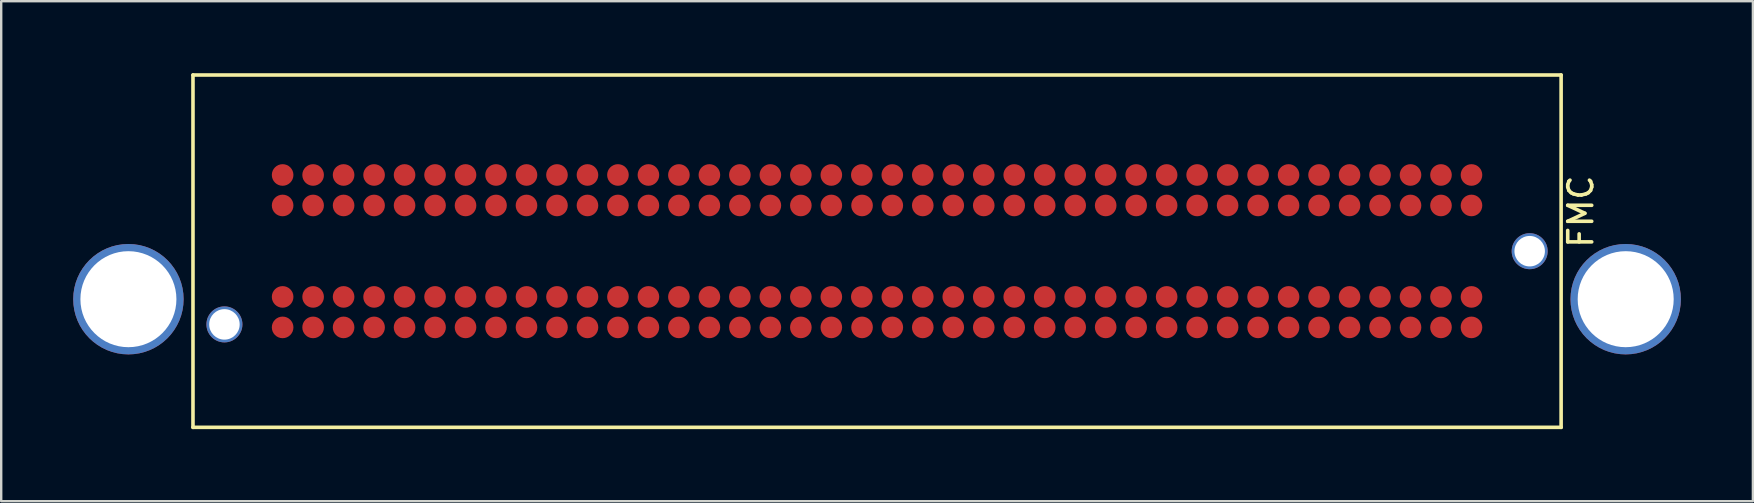
<source format=kicad_pcb>
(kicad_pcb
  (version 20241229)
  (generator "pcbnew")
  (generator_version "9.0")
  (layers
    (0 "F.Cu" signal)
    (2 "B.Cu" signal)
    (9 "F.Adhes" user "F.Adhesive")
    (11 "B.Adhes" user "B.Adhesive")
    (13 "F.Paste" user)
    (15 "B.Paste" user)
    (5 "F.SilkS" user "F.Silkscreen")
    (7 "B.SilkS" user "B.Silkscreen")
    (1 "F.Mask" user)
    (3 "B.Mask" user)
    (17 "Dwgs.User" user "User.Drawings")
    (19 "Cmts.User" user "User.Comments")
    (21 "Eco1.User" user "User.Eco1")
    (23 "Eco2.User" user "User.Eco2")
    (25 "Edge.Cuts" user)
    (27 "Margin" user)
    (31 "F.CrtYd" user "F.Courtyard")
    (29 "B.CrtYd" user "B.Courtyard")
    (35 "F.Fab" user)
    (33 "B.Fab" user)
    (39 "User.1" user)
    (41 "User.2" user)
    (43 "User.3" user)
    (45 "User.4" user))
  (footprint "FMC"
    (layer "F.Cu")
    (at 33.49 7.415)
    (property "Reference" "FMC" (at 29.32 -1.65 270) (layer "F.SilkS") (effects (font (size 1 1) (thickness 0.15))))
    (attr smd)
    (fp_line (start -28.5 -7.34) (end -28.5 7.34) (stroke (width 0.15) (type solid)) (layer "F.SilkS"))
    (fp_line (start -28.5 -7.34) (end 28.5 -7.34) (stroke (width 0.15) (type solid)) (layer "F.SilkS"))
    (fp_line (start 28.5 -7.34) (end 28.5 7.34) (stroke (width 0.15) (type solid)) (layer "F.SilkS"))
    (fp_line (start 28.5 7.34) (end -28.5 7.34) (stroke (width 0.15) (type solid)) (layer "F.SilkS"))
    (pad "C01" smd circle (at 24.765 -3.175) (size 0.9 0.9) (layers "F.Cu" "F.Mask" "F.Paste"))
    (pad "C01" thru_hole circle (at 27.19 0) (size 1.5 1.5) (drill 1.27) (layers "*.Cu" "F.Mask"))
    (pad "C01" thru_hole circle (at 31.19 2) (size 4.6 4.6) (drill 4) (layers "*.Cu" "*.Mask"))
    (pad "C02" smd circle (at 23.495 -3.175) (size 0.9 0.9) (layers "F.Cu" "F.Mask" "F.Paste"))
    (pad "C03" smd circle (at 22.225 -3.175) (size 0.9 0.9) (layers "F.Cu" "F.Mask" "F.Paste"))
    (pad "C04" smd circle (at 20.955 -3.175) (size 0.9 0.9) (layers "F.Cu" "F.Mask" "F.Paste"))
    (pad "C05" smd circle (at 19.685 -3.175) (size 0.9 0.9) (layers "F.Cu" "F.Mask" "F.Paste"))
    (pad "C06" smd circle (at 18.415 -3.175) (size 0.9 0.9) (layers "F.Cu" "F.Mask" "F.Paste"))
    (pad "C07" smd circle (at 17.145 -3.175) (size 0.9 0.9) (layers "F.Cu" "F.Mask" "F.Paste"))
    (pad "C08" smd circle (at 15.875 -3.175) (size 0.9 0.9) (layers "F.Cu" "F.Mask" "F.Paste"))
    (pad "C09" smd circle (at 14.605 -3.175) (size 0.9 0.9) (layers "F.Cu" "F.Mask" "F.Paste"))
    (pad "C10" smd circle (at 13.335 -3.175) (size 0.9 0.9) (layers "F.Cu" "F.Mask" "F.Paste"))
    (pad "C11" smd circle (at 12.065 -3.175) (size 0.9 0.9) (layers "F.Cu" "F.Mask" "F.Paste"))
    (pad "C12" smd circle (at 10.795 -3.175) (size 0.9 0.9) (layers "F.Cu" "F.Mask" "F.Paste"))
    (pad "C13" smd circle (at 9.525 -3.175) (size 0.9 0.9) (layers "F.Cu" "F.Mask" "F.Paste"))
    (pad "C14" smd circle (at 8.255 -3.175) (size 0.9 0.9) (layers "F.Cu" "F.Mask" "F.Paste"))
    (pad "C15" smd circle (at 6.985 -3.175) (size 0.9 0.9) (layers "F.Cu" "F.Mask" "F.Paste"))
    (pad "C16" smd circle (at 5.715 -3.175) (size 0.9 0.9) (layers "F.Cu" "F.Mask" "F.Paste"))
    (pad "C17" smd circle (at 4.445 -3.175) (size 0.9 0.9) (layers "F.Cu" "F.Mask" "F.Paste"))
    (pad "C18" smd circle (at 3.175 -3.175) (size 0.9 0.9) (layers "F.Cu" "F.Mask" "F.Paste"))
    (pad "C19" smd circle (at 1.905 -3.175) (size 0.9 0.9) (layers "F.Cu" "F.Mask" "F.Paste"))
    (pad "C20" smd circle (at 0.635 -3.175) (size 0.9 0.9) (layers "F.Cu" "F.Mask" "F.Paste"))
    (pad "C21" smd circle (at -0.635 -3.175) (size 0.9 0.9) (layers "F.Cu" "F.Mask" "F.Paste"))
    (pad "C22" smd circle (at -1.905 -3.175) (size 0.9 0.9) (layers "F.Cu" "F.Mask" "F.Paste"))
    (pad "C23" smd circle (at -3.175 -3.175) (size 0.9 0.9) (layers "F.Cu" "F.Mask" "F.Paste"))
    (pad "C24" smd circle (at -4.445 -3.175) (size 0.9 0.9) (layers "F.Cu" "F.Mask" "F.Paste"))
    (pad "C25" smd circle (at -5.715 -3.175) (size 0.9 0.9) (layers "F.Cu" "F.Mask" "F.Paste"))
    (pad "C26" smd circle (at -6.985 -3.175) (size 0.9 0.9) (layers "F.Cu" "F.Mask" "F.Paste"))
    (pad "C27" smd circle (at -8.255 -3.175) (size 0.9 0.9) (layers "F.Cu" "F.Mask" "F.Paste"))
    (pad "C28" smd circle (at -9.525 -3.175) (size 0.9 0.9) (layers "F.Cu" "F.Mask" "F.Paste"))
    (pad "C29" smd circle (at -10.795 -3.175) (size 0.9 0.9) (layers "F.Cu" "F.Mask" "F.Paste"))
    (pad "C30" smd circle (at -12.065 -3.175) (size 0.9 0.9) (layers "F.Cu" "F.Mask" "F.Paste"))
    (pad "C31" smd circle (at -13.335 -3.175) (size 0.9 0.9) (layers "F.Cu" "F.Mask" "F.Paste"))
    (pad "C32" smd circle (at -14.605 -3.175) (size 0.9 0.9) (layers "F.Cu" "F.Mask" "F.Paste"))
    (pad "C33" smd circle (at -15.875 -3.175) (size 0.9 0.9) (layers "F.Cu" "F.Mask" "F.Paste"))
    (pad "C34" smd circle (at -17.145 -3.175) (size 0.9 0.9) (layers "F.Cu" "F.Mask" "F.Paste"))
    (pad "C35" smd circle (at -18.415 -3.175) (size 0.9 0.9) (layers "F.Cu" "F.Mask" "F.Paste"))
    (pad "C36" smd circle (at -19.685 -3.175) (size 0.9 0.9) (layers "F.Cu" "F.Mask" "F.Paste"))
    (pad "C37" smd circle (at -20.955 -3.175) (size 0.9 0.9) (layers "F.Cu" "F.Mask" "F.Paste"))
    (pad "C38" smd circle (at -22.225 -3.175) (size 0.9 0.9) (layers "F.Cu" "F.Mask" "F.Paste"))
    (pad "C39" smd circle (at -23.495 -3.175) (size 0.9 0.9) (layers "F.Cu" "F.Mask" "F.Paste"))
    (pad "C40" smd circle (at -24.765 -3.175) (size 0.9 0.9) (layers "F.Cu" "F.Mask" "F.Paste"))
    (pad "D01" smd circle (at 24.765 -1.905) (size 0.9 0.9) (layers "F.Cu" "F.Mask" "F.Paste"))
    (pad "D02" smd circle (at 23.495 -1.905) (size 0.9 0.9) (layers "F.Cu" "F.Mask" "F.Paste"))
    (pad "D03" smd circle (at 22.225 -1.905) (size 0.9 0.9) (layers "F.Cu" "F.Mask" "F.Paste"))
    (pad "D04" smd circle (at 20.955 -1.905) (size 0.9 0.9) (layers "F.Cu" "F.Mask" "F.Paste"))
    (pad "D05" smd circle (at 19.685 -1.905) (size 0.9 0.9) (layers "F.Cu" "F.Mask" "F.Paste"))
    (pad "D06" smd circle (at 18.415 -1.905) (size 0.9 0.9) (layers "F.Cu" "F.Mask" "F.Paste"))
    (pad "D07" smd circle (at 17.145 -1.905) (size 0.9 0.9) (layers "F.Cu" "F.Mask" "F.Paste"))
    (pad "D08" smd circle (at 15.875 -1.905) (size 0.9 0.9) (layers "F.Cu" "F.Mask" "F.Paste"))
    (pad "D09" smd circle (at 14.605 -1.905) (size 0.9 0.9) (layers "F.Cu" "F.Mask" "F.Paste"))
    (pad "D10" smd circle (at 13.335 -1.905) (size 0.9 0.9) (layers "F.Cu" "F.Mask" "F.Paste"))
    (pad "D11" smd circle (at 12.065 -1.905) (size 0.9 0.9) (layers "F.Cu" "F.Mask" "F.Paste"))
    (pad "D12" smd circle (at 10.795 -1.905) (size 0.9 0.9) (layers "F.Cu" "F.Mask" "F.Paste"))
    (pad "D13" smd circle (at 9.525 -1.905) (size 0.9 0.9) (layers "F.Cu" "F.Mask" "F.Paste"))
    (pad "D14" smd circle (at 8.255 -1.905) (size 0.9 0.9) (layers "F.Cu" "F.Mask" "F.Paste"))
    (pad "D15" smd circle (at 6.985 -1.905) (size 0.9 0.9) (layers "F.Cu" "F.Mask" "F.Paste"))
    (pad "D16" smd circle (at 5.715 -1.905) (size 0.9 0.9) (layers "F.Cu" "F.Mask" "F.Paste"))
    (pad "D17" smd circle (at 4.445 -1.905) (size 0.9 0.9) (layers "F.Cu" "F.Mask" "F.Paste"))
    (pad "D18" smd circle (at 3.175 -1.905) (size 0.9 0.9) (layers "F.Cu" "F.Mask" "F.Paste"))
    (pad "D19" smd circle (at 1.905 -1.905) (size 0.9 0.9) (layers "F.Cu" "F.Mask" "F.Paste"))
    (pad "D20" smd circle (at 0.635 -1.905) (size 0.9 0.9) (layers "F.Cu" "F.Mask" "F.Paste"))
    (pad "D21" smd circle (at -0.625 -1.905) (size 0.9 0.9) (layers "F.Cu" "F.Mask" "F.Paste"))
    (pad "D22" smd circle (at -1.905 -1.905) (size 0.9 0.9) (layers "F.Cu" "F.Mask" "F.Paste"))
    (pad "D23" smd circle (at -3.175 -1.905) (size 0.9 0.9) (layers "F.Cu" "F.Mask" "F.Paste"))
    (pad "D24" smd circle (at -4.445 -1.905) (size 0.9 0.9) (layers "F.Cu" "F.Mask" "F.Paste"))
    (pad "D25" smd circle (at -5.715 -1.905) (size 0.9 0.9) (layers "F.Cu" "F.Mask" "F.Paste"))
    (pad "D26" smd circle (at -6.985 -1.905) (size 0.9 0.9) (layers "F.Cu" "F.Mask" "F.Paste"))
    (pad "D27" smd circle (at -8.255 -1.905) (size 0.9 0.9) (layers "F.Cu" "F.Mask" "F.Paste"))
    (pad "D28" smd circle (at -9.525 -1.905) (size 0.9 0.9) (layers "F.Cu" "F.Mask" "F.Paste"))
    (pad "D29" smd circle (at -10.795 -1.905) (size 0.9 0.9) (layers "F.Cu" "F.Mask" "F.Paste"))
    (pad "D30" smd circle (at -12.065 -1.905) (size 0.9 0.9) (layers "F.Cu" "F.Mask" "F.Paste"))
    (pad "D31" smd circle (at -13.335 -1.905) (size 0.9 0.9) (layers "F.Cu" "F.Mask" "F.Paste"))
    (pad "D32" smd circle (at -14.605 -1.905) (size 0.9 0.9) (layers "F.Cu" "F.Mask" "F.Paste"))
    (pad "D33" smd circle (at -15.875 -1.905) (size 0.9 0.9) (layers "F.Cu" "F.Mask" "F.Paste"))
    (pad "D34" smd circle (at -17.145 -1.905) (size 0.9 0.9) (layers "F.Cu" "F.Mask" "F.Paste"))
    (pad "D35" smd circle (at -18.415 -1.905) (size 0.9 0.9) (layers "F.Cu" "F.Mask" "F.Paste"))
    (pad "D36" smd circle (at -19.685 -1.905) (size 0.9 0.9) (layers "F.Cu" "F.Mask" "F.Paste"))
    (pad "D37" smd circle (at -20.955 -1.905) (size 0.9 0.9) (layers "F.Cu" "F.Mask" "F.Paste"))
    (pad "D38" smd circle (at -22.225 -1.905) (size 0.9 0.9) (layers "F.Cu" "F.Mask" "F.Paste"))
    (pad "D39" smd circle (at -23.495 -1.905) (size 0.9 0.9) (layers "F.Cu" "F.Mask" "F.Paste"))
    (pad "D40" smd circle (at -24.765 -1.905) (size 0.9 0.9) (layers "F.Cu" "F.Mask" "F.Paste"))
    (pad "G01" smd circle (at 24.765 1.905) (size 0.9 0.9) (layers "F.Cu" "F.Mask" "F.Paste"))
    (pad "G02" smd circle (at 23.495 1.905) (size 0.9 0.9) (layers "F.Cu" "F.Mask" "F.Paste"))
    (pad "G03" smd circle (at 22.225 1.905) (size 0.9 0.9) (layers "F.Cu" "F.Mask" "F.Paste"))
    (pad "G04" smd circle (at 20.955 1.905) (size 0.9 0.9) (layers "F.Cu" "F.Mask" "F.Paste"))
    (pad "G05" smd circle (at 19.685 1.905) (size 0.9 0.9) (layers "F.Cu" "F.Mask" "F.Paste"))
    (pad "G06" smd circle (at 18.415 1.905) (size 0.9 0.9) (layers "F.Cu" "F.Mask" "F.Paste"))
    (pad "G07" smd circle (at 17.145 1.905) (size 0.9 0.9) (layers "F.Cu" "F.Mask" "F.Paste"))
    (pad "G08" smd circle (at 15.875 1.905) (size 0.9 0.9) (layers "F.Cu" "F.Mask" "F.Paste"))
    (pad "G09" smd circle (at 14.605 1.905) (size 0.9 0.9) (layers "F.Cu" "F.Mask" "F.Paste"))
    (pad "G10" smd circle (at 13.335 1.905) (size 0.9 0.9) (layers "F.Cu" "F.Mask" "F.Paste"))
    (pad "G11" smd circle (at 12.065 1.905) (size 0.9 0.9) (layers "F.Cu" "F.Mask" "F.Paste"))
    (pad "G12" smd circle (at 10.795 1.905) (size 0.9 0.9) (layers "F.Cu" "F.Mask" "F.Paste"))
    (pad "G13" smd circle (at 9.525 1.905) (size 0.9 0.9) (layers "F.Cu" "F.Mask" "F.Paste"))
    (pad "G14" smd circle (at 8.255 1.905) (size 0.9 0.9) (layers "F.Cu" "F.Mask" "F.Paste"))
    (pad "G15" smd circle (at 6.985 1.905) (size 0.9 0.9) (layers "F.Cu" "F.Mask" "F.Paste"))
    (pad "G16" smd circle (at 5.715 1.905) (size 0.9 0.9) (layers "F.Cu" "F.Mask" "F.Paste"))
    (pad "G17" smd circle (at 4.445 1.905) (size 0.9 0.9) (layers "F.Cu" "F.Mask" "F.Paste"))
    (pad "G18" smd circle (at 3.175 1.905) (size 0.9 0.9) (layers "F.Cu" "F.Mask" "F.Paste"))
    (pad "G19" smd circle (at 1.905 1.905) (size 0.9 0.9) (layers "F.Cu" "F.Mask" "F.Paste"))
    (pad "G20" smd circle (at 0.635 1.905) (size 0.9 0.9) (layers "F.Cu" "F.Mask" "F.Paste"))
    (pad "G21" smd circle (at -0.635 1.905) (size 0.9 0.9) (layers "F.Cu" "F.Mask" "F.Paste"))
    (pad "G22" smd circle (at -1.905 1.905) (size 0.9 0.9) (layers "F.Cu" "F.Mask" "F.Paste"))
    (pad "G23" smd circle (at -3.175 1.905) (size 0.9 0.9) (layers "F.Cu" "F.Mask" "F.Paste"))
    (pad "G24" smd circle (at -4.445 1.905) (size 0.9 0.9) (layers "F.Cu" "F.Mask" "F.Paste"))
    (pad "G25" smd circle (at -5.715 1.905) (size 0.9 0.9) (layers "F.Cu" "F.Mask" "F.Paste"))
    (pad "G26" smd circle (at -6.985 1.905) (size 0.9 0.9) (layers "F.Cu" "F.Mask" "F.Paste"))
    (pad "G27" smd circle (at -8.255 1.905) (size 0.9 0.9) (layers "F.Cu" "F.Mask" "F.Paste"))
    (pad "G28" smd circle (at -9.525 1.905) (size 0.9 0.9) (layers "F.Cu" "F.Mask" "F.Paste"))
    (pad "G29" smd circle (at -10.795 1.905) (size 0.9 0.9) (layers "F.Cu" "F.Mask" "F.Paste"))
    (pad "G30" smd circle (at -12.065 1.905) (size 0.9 0.9) (layers "F.Cu" "F.Mask" "F.Paste"))
    (pad "G31" smd circle (at -13.335 1.905) (size 0.9 0.9) (layers "F.Cu" "F.Mask" "F.Paste"))
    (pad "G32" smd circle (at -14.605 1.905) (size 0.9 0.9) (layers "F.Cu" "F.Mask" "F.Paste"))
    (pad "G33" smd circle (at -15.875 1.905) (size 0.9 0.9) (layers "F.Cu" "F.Mask" "F.Paste"))
    (pad "G34" smd circle (at -17.145 1.905) (size 0.9 0.9) (layers "F.Cu" "F.Mask" "F.Paste"))
    (pad "G35" smd circle (at -18.415 1.905) (size 0.9 0.9) (layers "F.Cu" "F.Mask" "F.Paste"))
    (pad "G36" smd circle (at -19.685 1.905) (size 0.9 0.9) (layers "F.Cu" "F.Mask" "F.Paste"))
    (pad "G37" smd circle (at -20.955 1.905) (size 0.9 0.9) (layers "F.Cu" "F.Mask" "F.Paste"))
    (pad "G38" smd circle (at -22.225 1.905) (size 0.9 0.9) (layers "F.Cu" "F.Mask" "F.Paste"))
    (pad "G39" smd circle (at -23.495 1.905) (size 0.9 0.9) (layers "F.Cu" "F.Mask" "F.Paste"))
    (pad "G40" thru_hole circle (at -31.19 2) (size 4.6 4.6) (drill 4) (layers "*.Cu" "*.Mask"))
    (pad "G40" thru_hole circle (at -27.19 3.05) (size 1.5 1.5) (drill 1.27) (layers "*.Cu" "F.Mask"))
    (pad "G40" smd circle (at -24.765 1.905) (size 0.9 0.9) (layers "F.Cu" "F.Mask" "F.Paste"))
    (pad "H01" smd circle (at 24.765 3.175) (size 0.9 0.9) (layers "F.Cu" "F.Mask" "F.Paste"))
    (pad "H02" smd circle (at 23.495 3.175) (size 0.9 0.9) (layers "F.Cu" "F.Mask" "F.Paste"))
    (pad "H03" smd circle (at 22.225 3.175) (size 0.9 0.9) (layers "F.Cu" "F.Mask" "F.Paste"))
    (pad "H04" smd circle (at 20.955 3.175) (size 0.9 0.9) (layers "F.Cu" "F.Mask" "F.Paste"))
    (pad "H05" smd circle (at 19.685 3.175) (size 0.9 0.9) (layers "F.Cu" "F.Mask" "F.Paste"))
    (pad "H06" smd circle (at 18.415 3.175) (size 0.9 0.9) (layers "F.Cu" "F.Mask" "F.Paste"))
    (pad "H07" smd circle (at 17.145 3.175) (size 0.9 0.9) (layers "F.Cu" "F.Mask" "F.Paste"))
    (pad "H08" smd circle (at 15.875 3.175) (size 0.9 0.9) (layers "F.Cu" "F.Mask" "F.Paste"))
    (pad "H09" smd circle (at 14.605 3.175) (size 0.9 0.9) (layers "F.Cu" "F.Mask" "F.Paste"))
    (pad "H10" smd circle (at 13.335 3.175) (size 0.9 0.9) (layers "F.Cu" "F.Mask" "F.Paste"))
    (pad "H11" smd circle (at 12.065 3.175) (size 0.9 0.9) (layers "F.Cu" "F.Mask" "F.Paste"))
    (pad "H12" smd circle (at 10.795 3.175) (size 0.9 0.9) (layers "F.Cu" "F.Mask" "F.Paste"))
    (pad "H13" smd circle (at 9.525 3.175) (size 0.9 0.9) (layers "F.Cu" "F.Mask" "F.Paste"))
    (pad "H14" smd circle (at 8.255 3.175) (size 0.9 0.9) (layers "F.Cu" "F.Mask" "F.Paste"))
    (pad "H15" smd circle (at 6.985 3.175) (size 0.9 0.9) (layers "F.Cu" "F.Mask" "F.Paste"))
    (pad "H16" smd circle (at 5.715 3.175) (size 0.9 0.9) (layers "F.Cu" "F.Mask" "F.Paste"))
    (pad "H17" smd circle (at 4.445 3.175) (size 0.9 0.9) (layers "F.Cu" "F.Mask" "F.Paste"))
    (pad "H18" smd circle (at 3.175 3.175) (size 0.9 0.9) (layers "F.Cu" "F.Mask" "F.Paste"))
    (pad "H19" smd circle (at 1.905 3.175) (size 0.9 0.9) (layers "F.Cu" "F.Mask" "F.Paste"))
    (pad "H20" smd circle (at 0.635 3.175) (size 0.9 0.9) (layers "F.Cu" "F.Mask" "F.Paste"))
    (pad "H21" smd circle (at -0.625 3.175) (size 0.9 0.9) (layers "F.Cu" "F.Mask" "F.Paste"))
    (pad "H22" smd circle (at -1.905 3.175) (size 0.9 0.9) (layers "F.Cu" "F.Mask" "F.Paste"))
    (pad "H23" smd circle (at -3.175 3.175) (size 0.9 0.9) (layers "F.Cu" "F.Mask" "F.Paste"))
    (pad "H24" smd circle (at -4.445 3.175) (size 0.9 0.9) (layers "F.Cu" "F.Mask" "F.Paste"))
    (pad "H25" smd circle (at -5.715 3.175) (size 0.9 0.9) (layers "F.Cu" "F.Mask" "F.Paste"))
    (pad "H26" smd circle (at -6.985 3.175) (size 0.9 0.9) (layers "F.Cu" "F.Mask" "F.Paste"))
    (pad "H27" smd circle (at -8.255 3.175) (size 0.9 0.9) (layers "F.Cu" "F.Mask" "F.Paste"))
    (pad "H28" smd circle (at -9.525 3.175) (size 0.9 0.9) (layers "F.Cu" "F.Mask" "F.Paste"))
    (pad "H29" smd circle (at -10.795 3.175) (size 0.9 0.9) (layers "F.Cu" "F.Mask" "F.Paste"))
    (pad "H30" smd circle (at -12.065 3.175) (size 0.9 0.9) (layers "F.Cu" "F.Mask" "F.Paste"))
    (pad "H31" smd circle (at -13.335 3.175) (size 0.9 0.9) (layers "F.Cu" "F.Mask" "F.Paste"))
    (pad "H32" smd circle (at -14.605 3.175) (size 0.9 0.9) (layers "F.Cu" "F.Mask" "F.Paste"))
    (pad "H33" smd circle (at -15.875 3.175) (size 0.9 0.9) (layers "F.Cu" "F.Mask" "F.Paste"))
    (pad "H34" smd circle (at -17.145 3.175) (size 0.9 0.9) (layers "F.Cu" "F.Mask" "F.Paste"))
    (pad "H35" smd circle (at -18.415 3.175) (size 0.9 0.9) (layers "F.Cu" "F.Mask" "F.Paste"))
    (pad "H36" smd circle (at -19.685 3.175) (size 0.9 0.9) (layers "F.Cu" "F.Mask" "F.Paste"))
    (pad "H37" smd circle (at -20.955 3.175) (size 0.9 0.9) (layers "F.Cu" "F.Mask" "F.Paste"))
    (pad "H38" smd circle (at -22.225 3.175) (size 0.9 0.9) (layers "F.Cu" "F.Mask" "F.Paste"))
    (pad "H39" smd circle (at -23.495 3.175) (size 0.9 0.9) (layers "F.Cu" "F.Mask" "F.Paste"))
    (pad "H40" smd circle (at -24.765 3.175) (size 0.9 0.9) (layers "F.Cu" "F.Mask" "F.Paste")))
  (gr_rect
    (start -3 -3)
    (end 69.98 17.83)
    (stroke (width 0.1) (type default))
    (fill no)
    (layer "Edge.Cuts")))
</source>
